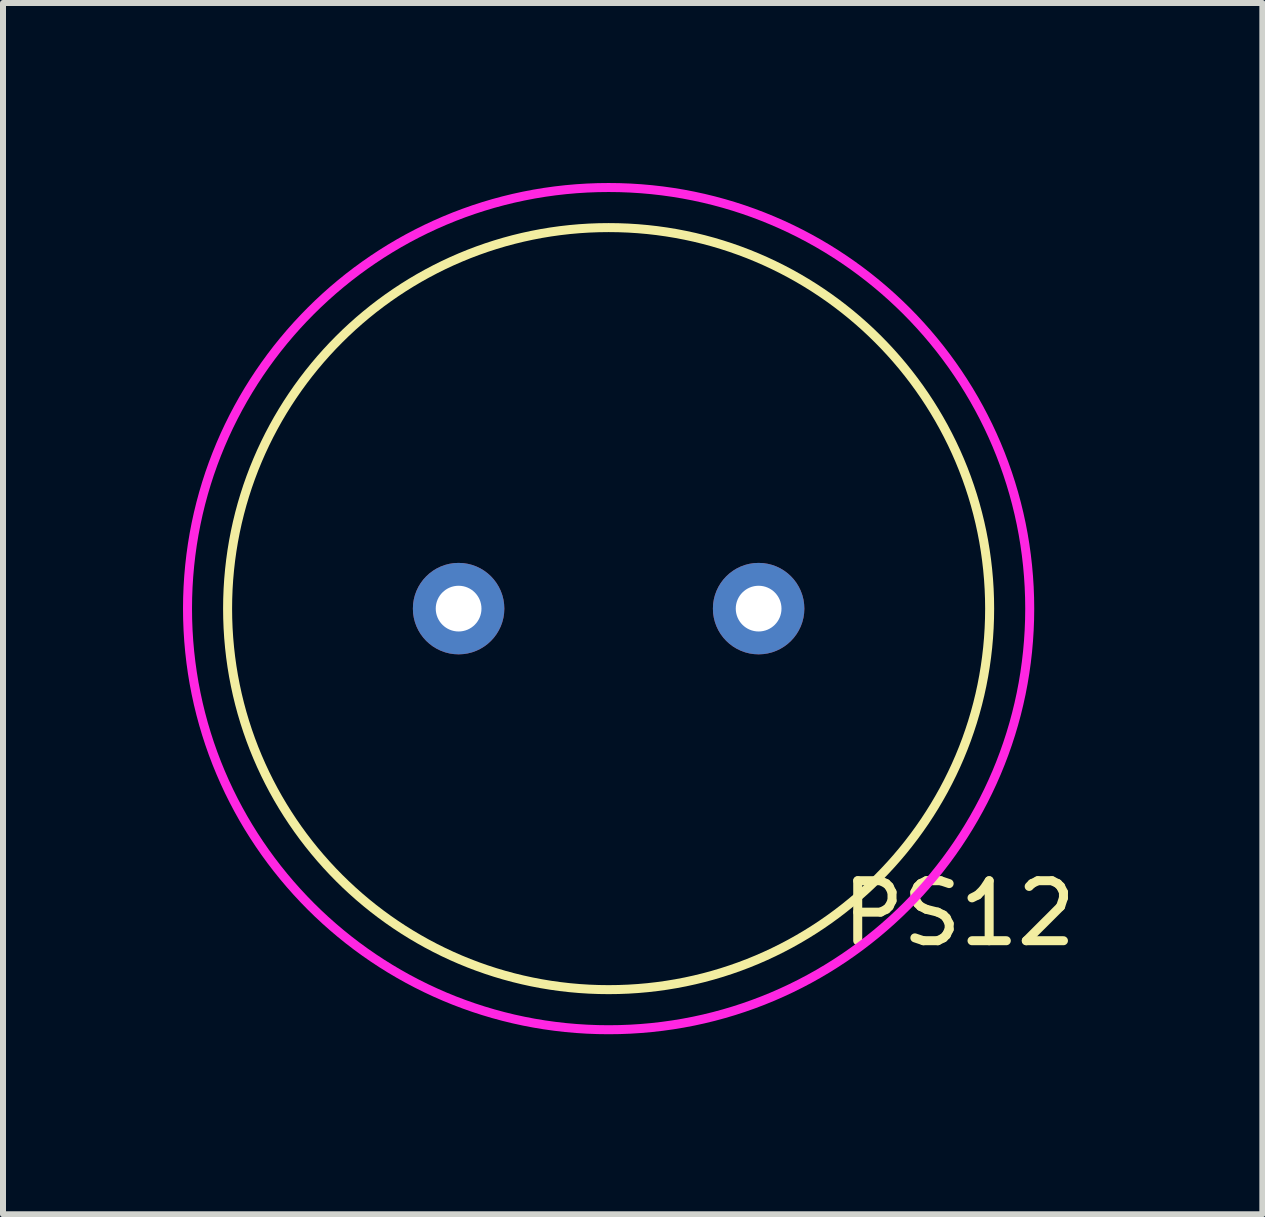
<source format=kicad_pcb>
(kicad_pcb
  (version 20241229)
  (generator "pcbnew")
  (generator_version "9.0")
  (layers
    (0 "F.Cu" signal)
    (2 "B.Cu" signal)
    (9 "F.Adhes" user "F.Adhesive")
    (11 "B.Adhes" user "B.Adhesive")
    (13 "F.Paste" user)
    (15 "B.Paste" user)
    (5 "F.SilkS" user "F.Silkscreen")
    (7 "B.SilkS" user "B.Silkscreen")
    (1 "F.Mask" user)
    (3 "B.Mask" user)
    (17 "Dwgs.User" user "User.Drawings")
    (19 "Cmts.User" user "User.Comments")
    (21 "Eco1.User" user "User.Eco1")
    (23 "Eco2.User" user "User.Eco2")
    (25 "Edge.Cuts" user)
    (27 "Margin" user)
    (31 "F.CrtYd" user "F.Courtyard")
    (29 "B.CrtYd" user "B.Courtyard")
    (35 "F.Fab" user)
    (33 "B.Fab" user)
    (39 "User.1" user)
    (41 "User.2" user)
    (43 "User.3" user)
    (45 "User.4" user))
  (footprint "PS12"
    (layer "F.Cu")
    (at 7.093 7.093)
    (property "Reference" "PS12" (at 5.842 5.08 0) (layer "F.SilkS") (effects (font (size 1 1) (thickness 0.15))))
    (attr through_hole)
    (fp_circle (center 0 0) (end 6.35 0) (stroke (width 0.15) (type solid)) (fill no) (layer "F.SilkS"))
    (fp_circle (center 0 0) (end 7.018 0) (stroke (width 0.15) (type solid)) (fill no) (layer "F.CrtYd"))
    (pad "1" thru_hole circle (at -2.5 0) (size 1.524 1.524) (drill 0.762) (layers "*.Cu" "*.Mask"))
    (pad "2" thru_hole circle (at 2.5 0) (size 1.524 1.524) (drill 0.762) (layers "*.Cu" "*.Mask")))
  (gr_rect
    (start -3 -3)
    (end 17.988 17.186)
    (stroke (width 0.1) (type default))
    (fill no)
    (layer "Edge.Cuts")))
</source>
